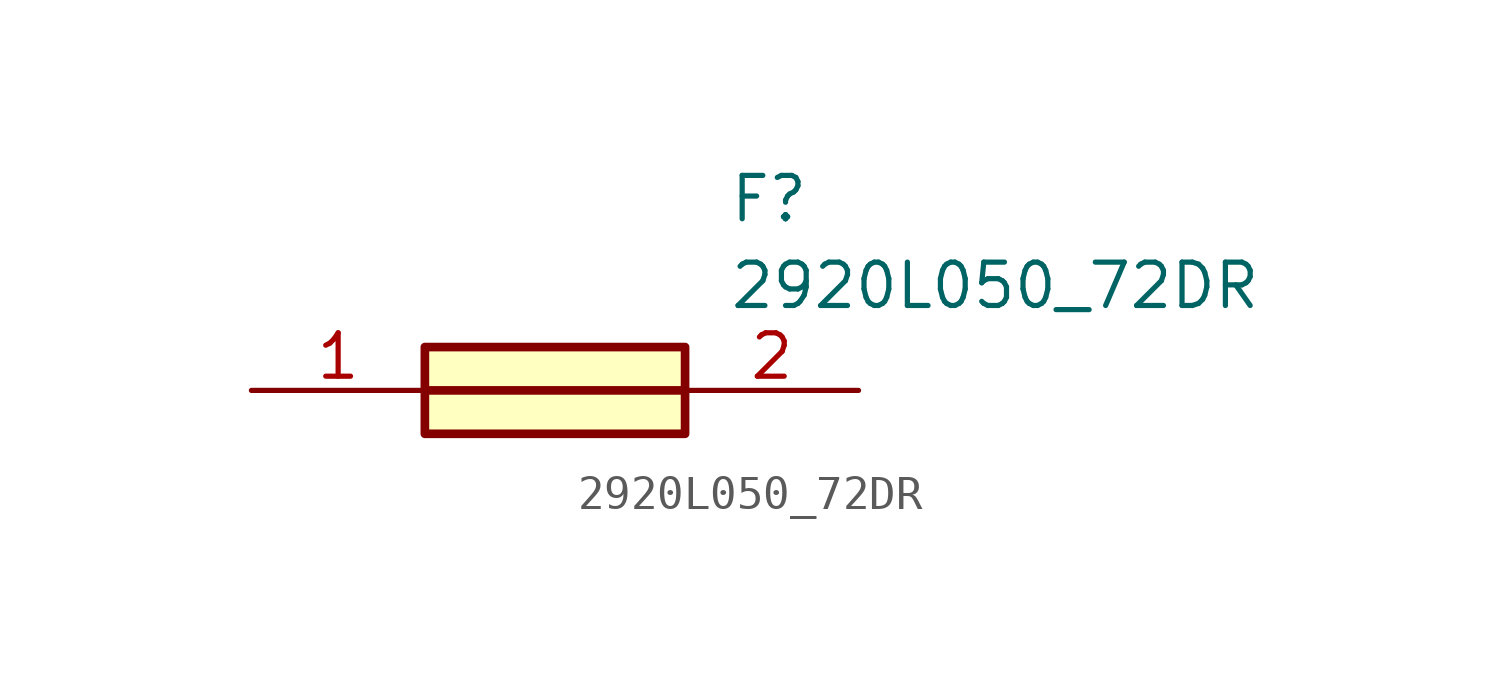
<source format=kicad_sym>
(kicad_symbol_lib
  (version 20211014)
  (generator SamacSys_ECAD_Model)
  (symbol "2920L050_72DR"
    (pin_names hide)
    (property "Reference" "F"
      (at 13.97 6.35 0)
      (effects (font (size 1.27 1.27)) (justify left top)))
    (property "Value" "2920L050_72DR"
      (at 13.97 3.81 0)
      (effects (font (size 1.27 1.27)) (justify left top)))
    (rectangle
      (start 5.08 1.27)
      (end 12.7 -1.27)
      (stroke (width 0.254) (type default))
      (fill (type background)))
    (polyline
      (pts (xy 5.08 0) (xy 12.7 0))
      (stroke (width 0.254) (type default))
      (fill (type none)))
    (pin passive line
      (at 0 0 0)
      (length 5.08)
      (name "1" (effects (font (size 1.27 1.27))))
      (number "1" (effects (font (size 1.27 1.27)))))
    (pin passive line
      (at 17.78 0 180)
      (length 5.08)
      (name "2" (effects (font (size 1.27 1.27))))
      (number "2" (effects (font (size 1.27 1.27)))))))
</source>
